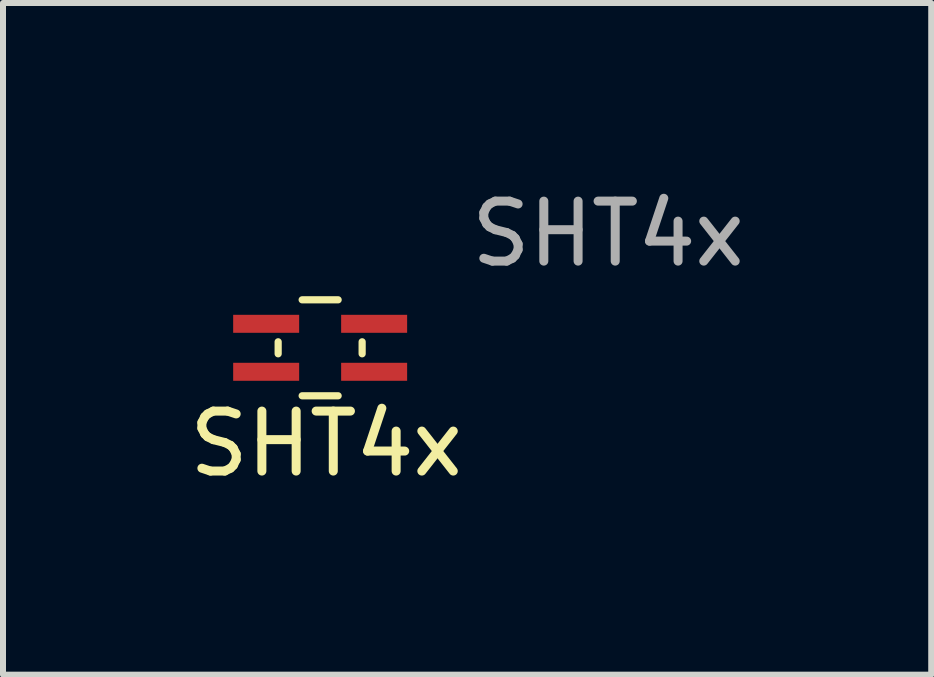
<source format=kicad_pcb>
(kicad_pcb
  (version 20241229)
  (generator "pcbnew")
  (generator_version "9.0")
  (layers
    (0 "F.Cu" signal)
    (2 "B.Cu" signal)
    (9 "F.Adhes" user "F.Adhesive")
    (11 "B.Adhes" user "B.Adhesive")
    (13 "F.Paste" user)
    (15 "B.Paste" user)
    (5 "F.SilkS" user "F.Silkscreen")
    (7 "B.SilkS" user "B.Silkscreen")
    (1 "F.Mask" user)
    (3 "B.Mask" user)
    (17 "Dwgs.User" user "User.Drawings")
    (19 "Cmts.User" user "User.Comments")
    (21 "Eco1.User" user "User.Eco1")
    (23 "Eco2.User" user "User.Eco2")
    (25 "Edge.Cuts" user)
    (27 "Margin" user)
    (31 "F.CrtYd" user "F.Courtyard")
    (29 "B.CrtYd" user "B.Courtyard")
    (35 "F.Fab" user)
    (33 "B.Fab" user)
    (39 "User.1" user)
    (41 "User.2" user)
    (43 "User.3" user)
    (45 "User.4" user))
  (footprint "SHT4x"
    (layer "F.Cu")
    (at 2.287 2.748)
    (property "Reference" "SHT4x" (at 0.1 1.6 0) (unlocked yes) (layer "F.SilkS") (effects (font (size 1 1) (thickness 0.15))))
    (attr smd)
    (fp_line (start -0.7 -0.1) (end -0.7 0.1) (stroke (width 0.12) (type solid)) (layer "F.SilkS"))
    (fp_line (start -0.3 -0.8) (end 0.3 -0.8) (stroke (width 0.12) (type solid)) (layer "F.SilkS"))
    (fp_line (start -0.3 0.8) (end 0.3 0.8) (stroke (width 0.12) (type solid)) (layer "F.SilkS"))
    (fp_line (start 0.7 -0.1) (end 0.7 0.1) (stroke (width 0.12) (type solid)) (layer "F.SilkS"))
    (fp_text user "${REFERENCE}" (at 4.8 -1.9 0) (unlocked yes) (layer "F.Fab") (effects (font (size 1 1) (thickness 0.15))))
    (pad "1" smd rect (at -0.9 -0.4) (size 1.1 0.3) (layers "F.Cu" "F.Mask" "F.Paste"))
    (pad "2" smd rect (at -0.9 0.4) (size 1.1 0.3) (layers "F.Cu" "F.Mask" "F.Paste"))
    (pad "3" smd rect (at 0.9 0.4) (size 1.1 0.3) (layers "F.Cu" "F.Mask" "F.Paste"))
    (pad "4" smd rect (at 0.9 -0.4) (size 1.1 0.3) (layers "F.Cu" "F.Mask" "F.Paste")))
  (gr_rect
    (start -3 -3)
    (end 12.474 8.197)
    (stroke (width 0.1) (type default))
    (fill no)
    (layer "Edge.Cuts")))
</source>
